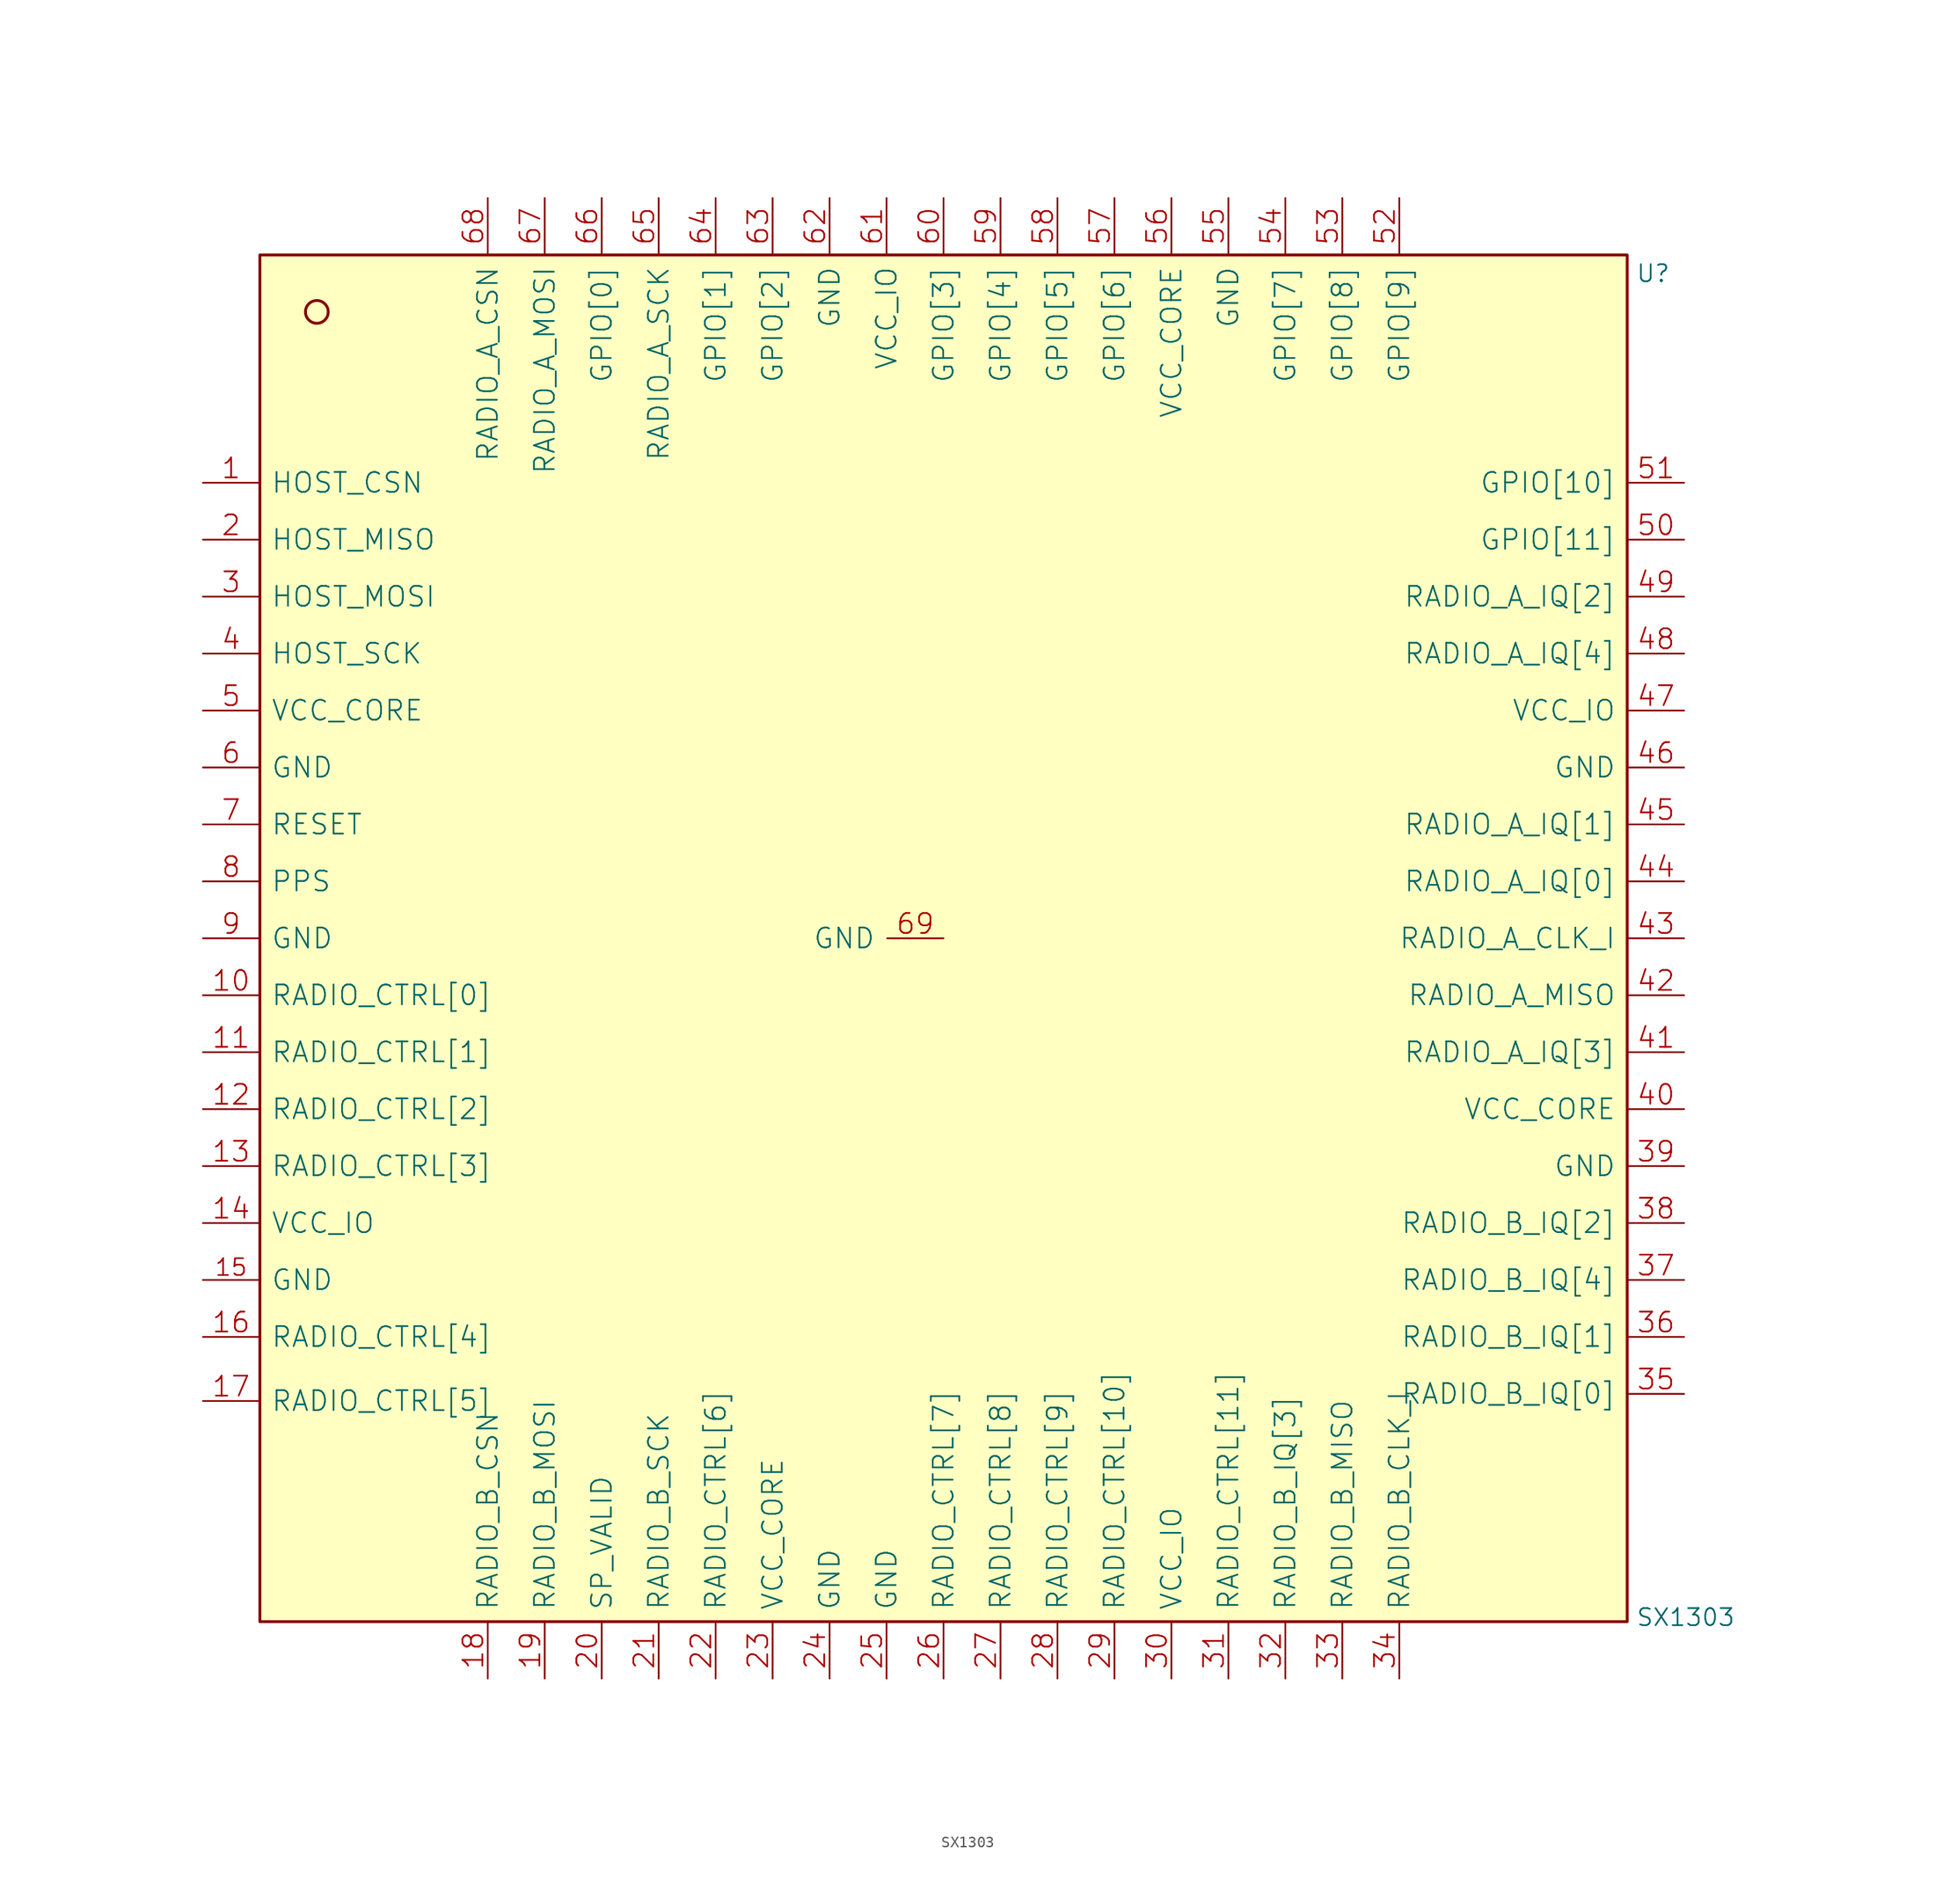
<source format=kicad_sym>
(kicad_symbol_lib
  (version 20211014)
  (generator kicad_symbol_editor)
  (symbol "SX1303"
    (pin_names
      (offset 1.016))
    (property "Reference" "U"
      (at 61.722 58.42 0)
      (effects (font (size 1.524 1.524)) (justify left bottom)))
    (property "Value" "SX1303"
      (at 61.722 -61.468 0)
      (effects (font (size 1.524 1.524)) (justify left bottom)))
    (symbol "SX1303_0_1"
      (rectangle (start -60.96 -60.96) (end 60.96 60.96) (stroke (width 0.254) (type default) (color 0 0 0 0)) (fill (type background)))
      (circle (center -55.88 55.88) (radius 1.016) (stroke (width 0.254) (type default) (color 0 0 0 0)) (fill (type none)))
      (pin passive line (at -66.04 40.64 0) (length 5.029) (name "HOST_CSN" (effects (font (size 1.778 1.778)))) (number "1" (effects (font (size 1.778 1.778)))))
      (pin passive line (at -66.04 -5.08 0) (length 5.029) (name "RADIO_CTRL[0]" (effects (font (size 1.778 1.778)))) (number "10" (effects (font (size 1.778 1.778)))))
      (pin passive line (at -66.04 -10.16 0) (length 5.029) (name "RADIO_CTRL[1]" (effects (font (size 1.778 1.778)))) (number "11" (effects (font (size 1.778 1.778)))))
      (pin passive line (at -66.04 -15.24 0) (length 5.029) (name "RADIO_CTRL[2]" (effects (font (size 1.778 1.778)))) (number "12" (effects (font (size 1.778 1.778)))))
      (pin passive line (at -66.04 -20.32 0) (length 5.029) (name "RADIO_CTRL[3]" (effects (font (size 1.778 1.778)))) (number "13" (effects (font (size 1.778 1.778)))))
      (pin power_in line (at -66.04 -25.4 0) (length 5.029) (name "VCC_IO" (effects (font (size 1.778 1.778)))) (number "14" (effects (font (size 1.778 1.778)))))
      (pin power_in line (at -66.04 -30.48 0) (length 5.029) (name "GND" (effects (font (size 1.778 1.778)))) (number "15" (effects (font (size 1.499 1.499)))))
      (pin passive line (at -66.04 -35.56 0) (length 5.029) (name "RADIO_CTRL[4]" (effects (font (size 1.778 1.778)))) (number "16" (effects (font (size 1.778 1.778)))))
      (pin passive line (at -66.04 -41.275 0) (length 5.029) (name "RADIO_CTRL[5]" (effects (font (size 1.778 1.778)))) (number "17" (effects (font (size 1.778 1.778)))))
      (pin passive line (at -40.64 -66.04 90) (length 5.029) (name "RADIO_B_CSN" (effects (font (size 1.778 1.778)))) (number "18" (effects (font (size 1.778 1.778)))))
      (pin passive line (at -35.56 -66.04 90) (length 5.029) (name "RADIO_B_MOSI" (effects (font (size 1.778 1.778)))) (number "19" (effects (font (size 1.778 1.778)))))
      (pin passive line (at -66.04 35.56 0) (length 5.029) (name "HOST_MISO" (effects (font (size 1.778 1.778)))) (number "2" (effects (font (size 1.778 1.778)))))
      (pin passive line (at -30.48 -66.04 90) (length 5.029) (name "SP_VALID" (effects (font (size 1.778 1.778)))) (number "20" (effects (font (size 1.778 1.778)))))
      (pin passive line (at -25.4 -66.04 90) (length 5.029) (name "RADIO_B_SCK" (effects (font (size 1.778 1.778)))) (number "21" (effects (font (size 1.778 1.778)))))
      (pin passive line (at -20.32 -66.04 90) (length 5.029) (name "RADIO_CTRL[6]" (effects (font (size 1.778 1.778)))) (number "22" (effects (font (size 1.778 1.778)))))
      (pin power_in line (at -15.24 -66.04 90) (length 5.029) (name "VCC_CORE" (effects (font (size 1.778 1.778)))) (number "23" (effects (font (size 1.778 1.778)))))
      (pin power_in line (at -10.16 -66.04 90) (length 5.029) (name "GND" (effects (font (size 1.778 1.778)))) (number "24" (effects (font (size 1.778 1.778)))))
      (pin power_in line (at -5.08 -66.04 90) (length 5.029) (name "GND" (effects (font (size 1.778 1.778)))) (number "25" (effects (font (size 1.778 1.778)))))
      (pin passive line (at 0 -66.04 90) (length 5.029) (name "RADIO_CTRL[7]" (effects (font (size 1.778 1.778)))) (number "26" (effects (font (size 1.778 1.778)))))
      (pin passive line (at 5.08 -66.04 90) (length 5.029) (name "RADIO_CTRL[8]" (effects (font (size 1.778 1.778)))) (number "27" (effects (font (size 1.778 1.778)))))
      (pin passive line (at 10.16 -66.04 90) (length 5.029) (name "RADIO_CTRL[9]" (effects (font (size 1.778 1.778)))) (number "28" (effects (font (size 1.778 1.778)))))
      (pin passive line (at 15.24 -66.04 90) (length 5.029) (name "RADIO_CTRL[10]" (effects (font (size 1.778 1.778)))) (number "29" (effects (font (size 1.778 1.778)))))
      (pin passive line (at -66.04 30.48 0) (length 5.029) (name "HOST_MOSI" (effects (font (size 1.778 1.778)))) (number "3" (effects (font (size 1.778 1.778)))))
      (pin power_in line (at 20.32 -66.04 90) (length 5.029) (name "VCC_IO" (effects (font (size 1.778 1.778)))) (number "30" (effects (font (size 1.778 1.778)))))
      (pin passive line (at 25.4 -66.04 90) (length 5.029) (name "RADIO_CTRL[11]" (effects (font (size 1.778 1.778)))) (number "31" (effects (font (size 1.778 1.778)))))
      (pin passive line (at 30.48 -66.04 90) (length 5.029) (name "RADIO_B_IQ[3]" (effects (font (size 1.778 1.778)))) (number "32" (effects (font (size 1.778 1.778)))))
      (pin passive line (at 35.56 -66.04 90) (length 5.029) (name "RADIO_B_MISO" (effects (font (size 1.778 1.778)))) (number "33" (effects (font (size 1.778 1.778)))))
      (pin passive line (at 40.64 -66.04 90) (length 5.029) (name "RADIO_B_CLK_I" (effects (font (size 1.778 1.778)))) (number "34" (effects (font (size 1.778 1.778)))))
      (pin passive line (at 66.04 -40.64 180) (length 5.029) (name "RADIO_B_IQ[0]" (effects (font (size 1.778 1.778)))) (number "35" (effects (font (size 1.778 1.778)))))
      (pin passive line (at 66.04 -35.56 180) (length 5.029) (name "RADIO_B_IQ[1]" (effects (font (size 1.778 1.778)))) (number "36" (effects (font (size 1.778 1.778)))))
      (pin passive line (at 66.04 -30.48 180) (length 5.029) (name "RADIO_B_IQ[4]" (effects (font (size 1.778 1.778)))) (number "37" (effects (font (size 1.778 1.778)))))
      (pin passive line (at 66.04 -25.4 180) (length 5.029) (name "RADIO_B_IQ[2]" (effects (font (size 1.778 1.778)))) (number "38" (effects (font (size 1.778 1.778)))))
      (pin power_in line (at 66.04 -20.32 180) (length 5.029) (name "GND" (effects (font (size 1.778 1.778)))) (number "39" (effects (font (size 1.778 1.778)))))
      (pin passive line (at -66.04 25.4 0) (length 5.029) (name "HOST_SCK" (effects (font (size 1.778 1.778)))) (number "4" (effects (font (size 1.778 1.778)))))
      (pin power_in line (at 66.04 -15.24 180) (length 5.029) (name "VCC_CORE" (effects (font (size 1.778 1.778)))) (number "40" (effects (font (size 1.778 1.778)))))
      (pin passive line (at 66.04 -10.16 180) (length 5.029) (name "RADIO_A_IQ[3]" (effects (font (size 1.778 1.778)))) (number "41" (effects (font (size 1.778 1.778)))))
      (pin passive line (at 66.04 -5.08 180) (length 5.029) (name "RADIO_A_MISO" (effects (font (size 1.778 1.778)))) (number "42" (effects (font (size 1.778 1.778)))))
      (pin passive line (at 66.04 0 180) (length 5.029) (name "RADIO_A_CLK_I" (effects (font (size 1.778 1.778)))) (number "43" (effects (font (size 1.778 1.778)))))
      (pin passive line (at 66.04 5.08 180) (length 5.029) (name "RADIO_A_IQ[0]" (effects (font (size 1.778 1.778)))) (number "44" (effects (font (size 1.778 1.778)))))
      (pin passive line (at 66.04 10.16 180) (length 5.029) (name "RADIO_A_IQ[1]" (effects (font (size 1.778 1.778)))) (number "45" (effects (font (size 1.778 1.778)))))
      (pin power_in line (at 66.04 15.24 180) (length 5.029) (name "GND" (effects (font (size 1.778 1.778)))) (number "46" (effects (font (size 1.778 1.778)))))
      (pin power_in line (at 66.04 20.32 180) (length 5.029) (name "VCC_IO" (effects (font (size 1.778 1.778)))) (number "47" (effects (font (size 1.778 1.778)))))
      (pin passive line (at 66.04 25.4 180) (length 5.029) (name "RADIO_A_IQ[4]" (effects (font (size 1.778 1.778)))) (number "48" (effects (font (size 1.778 1.778)))))
      (pin passive line (at 66.04 30.48 180) (length 5.029) (name "RADIO_A_IQ[2]" (effects (font (size 1.778 1.778)))) (number "49" (effects (font (size 1.778 1.778)))))
      (pin power_in line (at -66.04 20.32 0) (length 5.029) (name "VCC_CORE" (effects (font (size 1.778 1.778)))) (number "5" (effects (font (size 1.778 1.778)))))
      (pin passive line (at 66.04 35.56 180) (length 5.029) (name "GPIO[11]" (effects (font (size 1.778 1.778)))) (number "50" (effects (font (size 1.778 1.778)))))
      (pin passive line (at 66.04 40.64 180) (length 5.029) (name "GPIO[10]" (effects (font (size 1.778 1.778)))) (number "51" (effects (font (size 1.778 1.778)))))
      (pin passive line (at 40.64 66.04 270) (length 5.029) (name "GPIO[9]" (effects (font (size 1.778 1.778)))) (number "52" (effects (font (size 1.778 1.778)))))
      (pin passive line (at 35.56 66.04 270) (length 5.029) (name "GPIO[8]" (effects (font (size 1.778 1.778)))) (number "53" (effects (font (size 1.778 1.778)))))
      (pin passive line (at 30.48 66.04 270) (length 5.029) (name "GPIO[7]" (effects (font (size 1.778 1.778)))) (number "54" (effects (font (size 1.778 1.778)))))
      (pin power_in line (at 25.4 66.04 270) (length 5.029) (name "GND" (effects (font (size 1.778 1.778)))) (number "55" (effects (font (size 1.778 1.778)))))
      (pin power_in line (at 20.32 66.04 270) (length 5.029) (name "VCC_CORE" (effects (font (size 1.778 1.778)))) (number "56" (effects (font (size 1.778 1.778)))))
      (pin passive line (at 15.24 66.04 270) (length 5.029) (name "GPIO[6]" (effects (font (size 1.778 1.778)))) (number "57" (effects (font (size 1.778 1.778)))))
      (pin passive line (at 10.16 66.04 270) (length 5.029) (name "GPIO[5]" (effects (font (size 1.778 1.778)))) (number "58" (effects (font (size 1.778 1.778)))))
      (pin passive line (at 5.08 66.04 270) (length 5.029) (name "GPIO[4]" (effects (font (size 1.778 1.778)))) (number "59" (effects (font (size 1.778 1.778)))))
      (pin power_in line (at -66.04 15.24 0) (length 5.029) (name "GND" (effects (font (size 1.778 1.778)))) (number "6" (effects (font (size 1.778 1.778)))))
      (pin passive line (at 0 66.04 270) (length 5.029) (name "GPIO[3]" (effects (font (size 1.778 1.778)))) (number "60" (effects (font (size 1.778 1.778)))))
      (pin power_in line (at -5.08 66.04 270) (length 5.029) (name "VCC_IO" (effects (font (size 1.778 1.778)))) (number "61" (effects (font (size 1.778 1.778)))))
      (pin power_in line (at -10.16 66.04 270) (length 5.029) (name "GND" (effects (font (size 1.778 1.778)))) (number "62" (effects (font (size 1.778 1.778)))))
      (pin passive line (at -15.24 66.04 270) (length 5.029) (name "GPIO[2]" (effects (font (size 1.778 1.778)))) (number "63" (effects (font (size 1.778 1.778)))))
      (pin passive line (at -20.32 66.04 270) (length 5.029) (name "GPIO[1]" (effects (font (size 1.778 1.778)))) (number "64" (effects (font (size 1.778 1.778)))))
      (pin passive line (at -25.4 66.04 270) (length 5.029) (name "RADIO_A_SCK" (effects (font (size 1.778 1.778)))) (number "65" (effects (font (size 1.778 1.778)))))
      (pin passive line (at -30.48 66.04 270) (length 5.029) (name "GPIO[0]" (effects (font (size 1.778 1.778)))) (number "66" (effects (font (size 1.778 1.778)))))
      (pin passive line (at -35.56 66.04 270) (length 5.029) (name "RADIO_A_MOSI" (effects (font (size 1.778 1.778)))) (number "67" (effects (font (size 1.778 1.778)))))
      (pin passive line (at -40.64 66.04 270) (length 5.029) (name "RADIO_A_CSN" (effects (font (size 1.778 1.778)))) (number "68" (effects (font (size 1.778 1.778)))))
      (pin power_in line (at 0 0 180) (length 5.029) (name "GND" (effects (font (size 1.778 1.778)))) (number "69" (effects (font (size 1.778 1.778)))))
      (pin passive line (at -66.04 10.16 0) (length 5.029) (name "RESET" (effects (font (size 1.778 1.778)))) (number "7" (effects (font (size 1.778 1.778)))))
      (pin passive line (at -66.04 5.08 0) (length 5.029) (name "PPS" (effects (font (size 1.778 1.778)))) (number "8" (effects (font (size 1.778 1.778)))))
      (pin passive line (at -66.04 0 0) (length 5.029) (name "GND" (effects (font (size 1.778 1.778)))) (number "9" (effects (font (size 1.778 1.778))))))))
</source>
